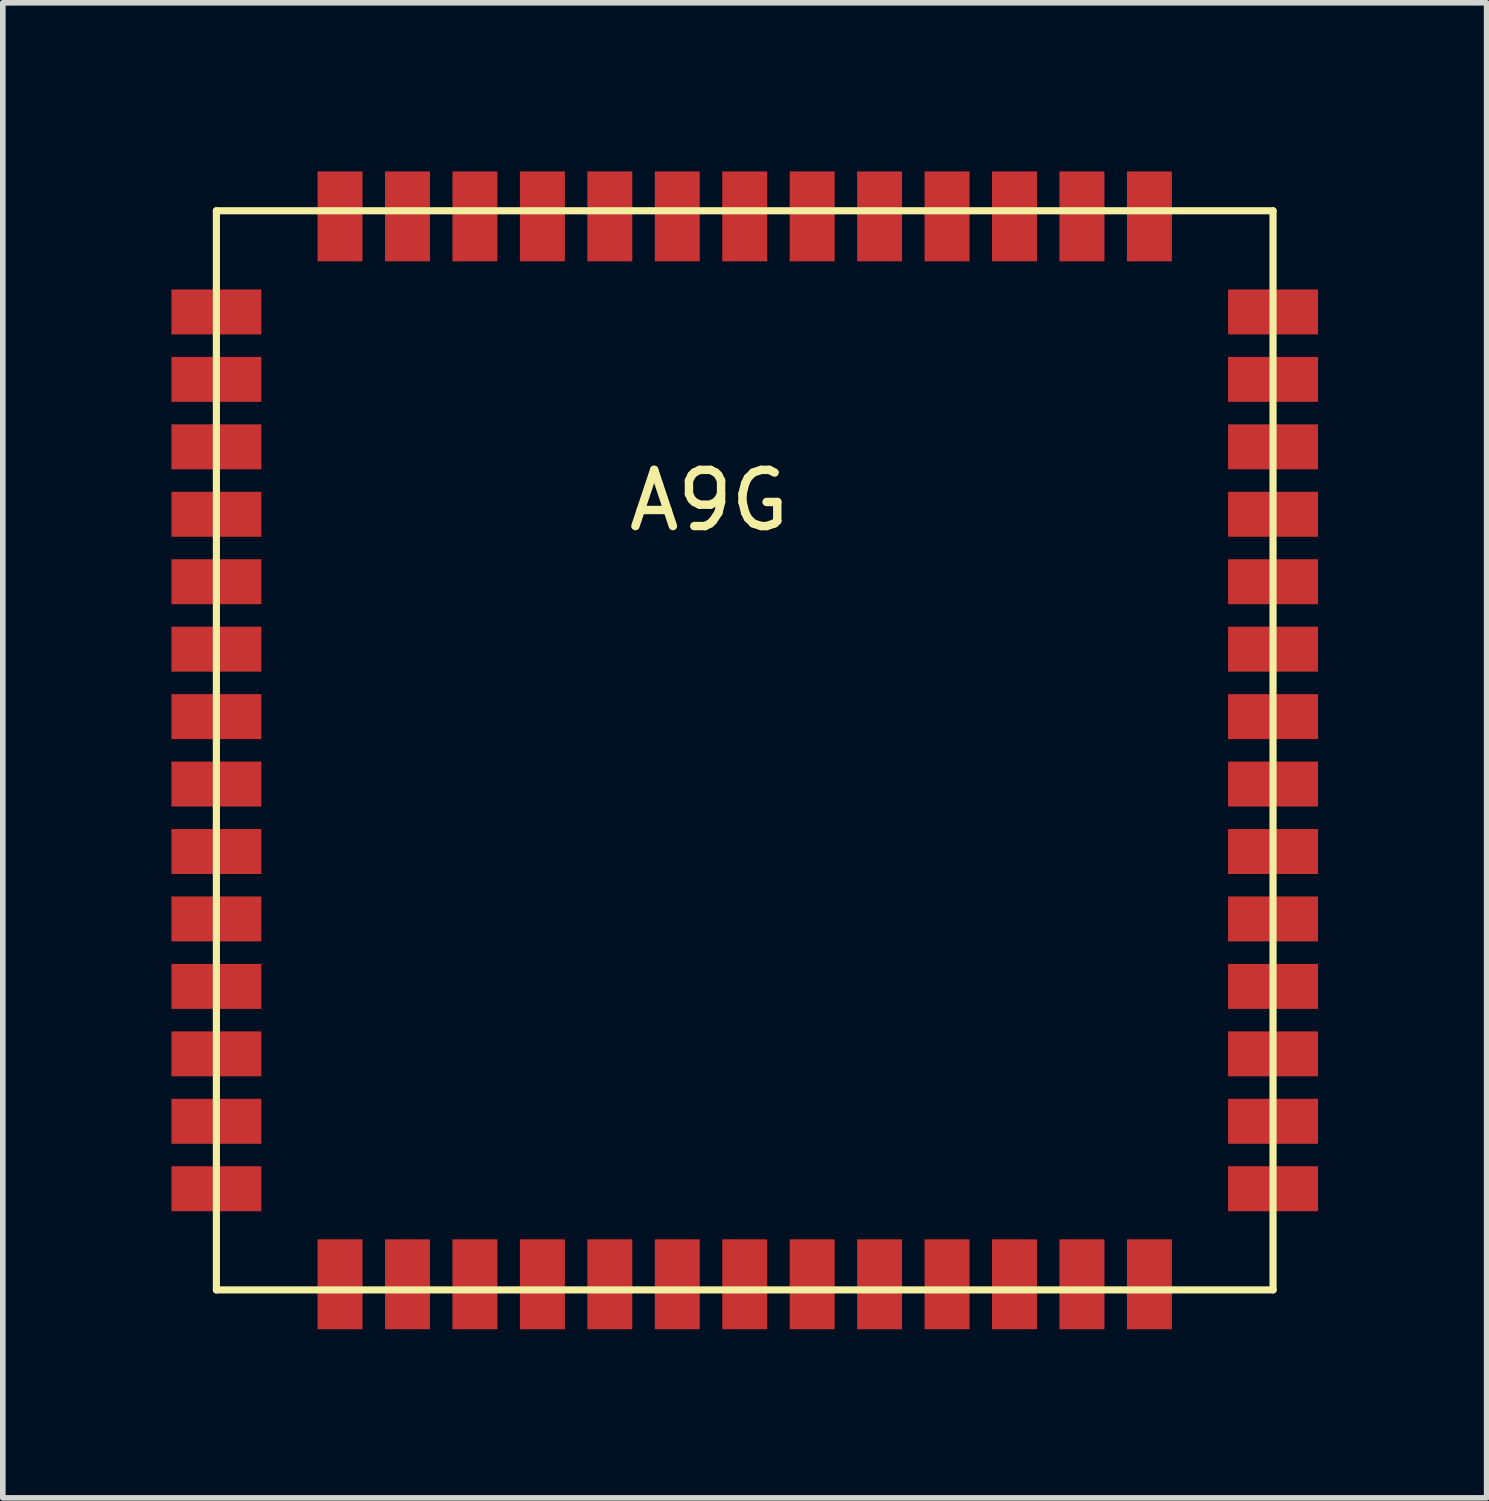
<source format=kicad_pcb>
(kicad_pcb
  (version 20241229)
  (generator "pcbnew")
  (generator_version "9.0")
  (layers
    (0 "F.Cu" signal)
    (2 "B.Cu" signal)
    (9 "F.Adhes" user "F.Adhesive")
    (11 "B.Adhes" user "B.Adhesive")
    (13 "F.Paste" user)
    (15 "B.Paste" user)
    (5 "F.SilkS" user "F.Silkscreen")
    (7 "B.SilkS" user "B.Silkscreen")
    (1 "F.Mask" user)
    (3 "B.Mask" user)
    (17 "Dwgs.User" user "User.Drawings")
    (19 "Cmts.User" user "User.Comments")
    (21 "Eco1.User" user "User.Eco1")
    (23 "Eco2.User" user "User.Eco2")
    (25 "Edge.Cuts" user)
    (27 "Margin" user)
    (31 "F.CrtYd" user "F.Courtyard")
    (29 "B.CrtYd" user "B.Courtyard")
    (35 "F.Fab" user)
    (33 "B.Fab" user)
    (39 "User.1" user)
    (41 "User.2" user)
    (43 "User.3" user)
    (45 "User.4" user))
  (footprint "A9G"
    (layer "F.Cu")
    (at 10.2 10.3)
    (property "Reference" "A9G" (at -0.635 -4.445 0) (layer "F.SilkS") (effects (font (size 1 1) (thickness 0.15))))
    (attr smd)
    (fp_line (start -9.4 -9.6) (end 9.4 -9.6) (stroke (width 0.127) (type solid)) (layer "F.SilkS"))
    (fp_line (start -9.4 9.6) (end -9.4 -9.6) (stroke (width 0.127) (type solid)) (layer "F.SilkS"))
    (fp_line (start 9.4 -9.6) (end 9.4 9.6) (stroke (width 0.127) (type solid)) (layer "F.SilkS"))
    (fp_line (start 9.4 9.6) (end -9.4 9.6) (stroke (width 0.127) (type solid)) (layer "F.SilkS"))
    (pad "1" smd rect (at -9.4 -7.8) (size 1.6 0.8) (layers "F.Cu" "F.Mask" "F.Paste"))
    (pad "2" smd rect (at -9.4 -6.6) (size 1.6 0.8) (layers "F.Cu" "F.Mask" "F.Paste"))
    (pad "3" smd rect (at -9.4 -5.4) (size 1.6 0.8) (layers "F.Cu" "F.Mask" "F.Paste"))
    (pad "4" smd rect (at -9.4 -4.2) (size 1.6 0.8) (layers "F.Cu" "F.Mask" "F.Paste"))
    (pad "5" smd rect (at -9.4 -3) (size 1.6 0.8) (layers "F.Cu" "F.Mask" "F.Paste"))
    (pad "6" smd rect (at -9.4 -1.8) (size 1.6 0.8) (layers "F.Cu" "F.Mask" "F.Paste"))
    (pad "7" smd rect (at -9.4 -0.6) (size 1.6 0.8) (layers "F.Cu" "F.Mask" "F.Paste"))
    (pad "8" smd rect (at -9.4 0.6) (size 1.6 0.8) (layers "F.Cu" "F.Mask" "F.Paste"))
    (pad "9" smd rect (at -9.4 1.8) (size 1.6 0.8) (layers "F.Cu" "F.Mask" "F.Paste"))
    (pad "10" smd rect (at -9.4 3) (size 1.6 0.8) (layers "F.Cu" "F.Mask" "F.Paste"))
    (pad "11" smd rect (at -9.4 4.2) (size 1.6 0.8) (layers "F.Cu" "F.Mask" "F.Paste"))
    (pad "12" smd rect (at -9.4 5.4) (size 1.6 0.8) (layers "F.Cu" "F.Mask" "F.Paste"))
    (pad "13" smd rect (at -9.4 6.6) (size 1.6 0.8) (layers "F.Cu" "F.Mask" "F.Paste"))
    (pad "14" smd rect (at -9.4 7.8) (size 1.6 0.8) (layers "F.Cu" "F.Mask" "F.Paste"))
    (pad "15" smd rect (at -7.2 9.5 90) (size 1.6 0.8) (layers "F.Cu" "F.Mask" "F.Paste"))
    (pad "16" smd rect (at -6 9.5 90) (size 1.6 0.8) (layers "F.Cu" "F.Mask" "F.Paste"))
    (pad "17" smd rect (at -4.8 9.5 90) (size 1.6 0.8) (layers "F.Cu" "F.Mask" "F.Paste"))
    (pad "18" smd rect (at -3.6 9.5 90) (size 1.6 0.8) (layers "F.Cu" "F.Mask" "F.Paste"))
    (pad "19" smd rect (at -2.4 9.5 90) (size 1.6 0.8) (layers "F.Cu" "F.Mask" "F.Paste"))
    (pad "20" smd rect (at -1.2 9.5 90) (size 1.6 0.8) (layers "F.Cu" "F.Mask" "F.Paste"))
    (pad "21" smd rect (at 0 9.5 90) (size 1.6 0.8) (layers "F.Cu" "F.Mask" "F.Paste"))
    (pad "22" smd rect (at 1.2 9.5 90) (size 1.6 0.8) (layers "F.Cu" "F.Mask" "F.Paste"))
    (pad "23" smd rect (at 2.4 9.5 90) (size 1.6 0.8) (layers "F.Cu" "F.Mask" "F.Paste"))
    (pad "24" smd rect (at 3.6 9.5 90) (size 1.6 0.8) (layers "F.Cu" "F.Mask" "F.Paste"))
    (pad "25" smd rect (at 4.8 9.5 90) (size 1.6 0.8) (layers "F.Cu" "F.Mask" "F.Paste"))
    (pad "26" smd rect (at 6 9.5 90) (size 1.6 0.8) (layers "F.Cu" "F.Mask" "F.Paste"))
    (pad "27" smd rect (at 7.2 9.5 90) (size 1.6 0.8) (layers "F.Cu" "F.Mask" "F.Paste"))
    (pad "28" smd rect (at 9.4 7.8) (size 1.6 0.8) (layers "F.Cu" "F.Mask" "F.Paste"))
    (pad "29" smd rect (at 9.4 6.6) (size 1.6 0.8) (layers "F.Cu" "F.Mask" "F.Paste"))
    (pad "30" smd rect (at 9.4 5.4) (size 1.6 0.8) (layers "F.Cu" "F.Mask" "F.Paste"))
    (pad "31" smd rect (at 9.4 4.2) (size 1.6 0.8) (layers "F.Cu" "F.Mask" "F.Paste"))
    (pad "32" smd rect (at 9.4 3) (size 1.6 0.8) (layers "F.Cu" "F.Mask" "F.Paste"))
    (pad "33" smd rect (at 9.4 1.8) (size 1.6 0.8) (layers "F.Cu" "F.Mask" "F.Paste"))
    (pad "34" smd rect (at 9.4 0.6) (size 1.6 0.8) (layers "F.Cu" "F.Mask" "F.Paste"))
    (pad "35" smd rect (at 9.4 -0.6) (size 1.6 0.8) (layers "F.Cu" "F.Mask" "F.Paste"))
    (pad "36" smd rect (at 9.4 -1.8) (size 1.6 0.8) (layers "F.Cu" "F.Mask" "F.Paste"))
    (pad "37" smd rect (at 9.4 -3) (size 1.6 0.8) (layers "F.Cu" "F.Mask" "F.Paste"))
    (pad "38" smd rect (at 9.4 -4.2) (size 1.6 0.8) (layers "F.Cu" "F.Mask" "F.Paste"))
    (pad "39" smd rect (at 9.4 -5.4) (size 1.6 0.8) (layers "F.Cu" "F.Mask" "F.Paste"))
    (pad "40" smd rect (at 9.4 -6.6) (size 1.6 0.8) (layers "F.Cu" "F.Mask" "F.Paste"))
    (pad "41" smd rect (at 9.4 -7.8) (size 1.6 0.8) (layers "F.Cu" "F.Mask" "F.Paste"))
    (pad "42" smd rect (at 7.2 -9.5 90) (size 1.6 0.8) (layers "F.Cu" "F.Mask" "F.Paste"))
    (pad "43" smd rect (at 6 -9.5 90) (size 1.6 0.8) (layers "F.Cu" "F.Mask" "F.Paste"))
    (pad "44" smd rect (at 4.8 -9.5 90) (size 1.6 0.8) (layers "F.Cu" "F.Mask" "F.Paste"))
    (pad "45" smd rect (at 3.6 -9.5 90) (size 1.6 0.8) (layers "F.Cu" "F.Mask" "F.Paste"))
    (pad "46" smd rect (at 2.4 -9.5 90) (size 1.6 0.8) (layers "F.Cu" "F.Mask" "F.Paste"))
    (pad "47" smd rect (at 1.2 -9.5 90) (size 1.6 0.8) (layers "F.Cu" "F.Mask" "F.Paste"))
    (pad "48" smd rect (at 0 -9.5 90) (size 1.6 0.8) (layers "F.Cu" "F.Mask" "F.Paste"))
    (pad "49" smd rect (at -1.2 -9.5 90) (size 1.6 0.8) (layers "F.Cu" "F.Mask" "F.Paste"))
    (pad "50" smd rect (at -2.4 -9.5 90) (size 1.6 0.8) (layers "F.Cu" "F.Mask" "F.Paste"))
    (pad "51" smd rect (at -3.6 -9.5 90) (size 1.6 0.8) (layers "F.Cu" "F.Mask" "F.Paste"))
    (pad "52" smd rect (at -4.8 -9.5 90) (size 1.6 0.8) (layers "F.Cu" "F.Mask" "F.Paste"))
    (pad "53" smd rect (at -6 -9.5 90) (size 1.6 0.8) (layers "F.Cu" "F.Mask" "F.Paste"))
    (pad "54" smd rect (at -7.2 -9.5 90) (size 1.6 0.8) (layers "F.Cu" "F.Mask" "F.Paste")))
  (gr_rect
    (start -3 -3)
    (end 23.4 23.6)
    (stroke (width 0.1) (type default))
    (fill no)
    (layer "Edge.Cuts")))
</source>
